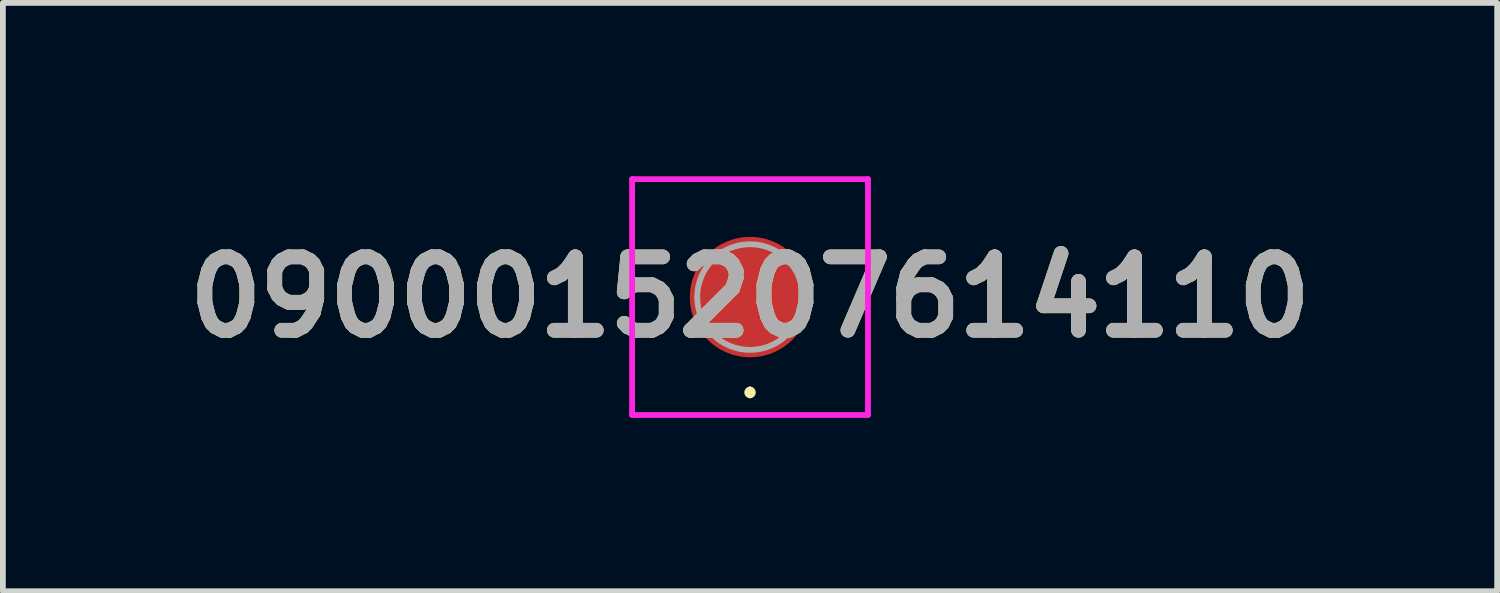
<source format=kicad_pcb>
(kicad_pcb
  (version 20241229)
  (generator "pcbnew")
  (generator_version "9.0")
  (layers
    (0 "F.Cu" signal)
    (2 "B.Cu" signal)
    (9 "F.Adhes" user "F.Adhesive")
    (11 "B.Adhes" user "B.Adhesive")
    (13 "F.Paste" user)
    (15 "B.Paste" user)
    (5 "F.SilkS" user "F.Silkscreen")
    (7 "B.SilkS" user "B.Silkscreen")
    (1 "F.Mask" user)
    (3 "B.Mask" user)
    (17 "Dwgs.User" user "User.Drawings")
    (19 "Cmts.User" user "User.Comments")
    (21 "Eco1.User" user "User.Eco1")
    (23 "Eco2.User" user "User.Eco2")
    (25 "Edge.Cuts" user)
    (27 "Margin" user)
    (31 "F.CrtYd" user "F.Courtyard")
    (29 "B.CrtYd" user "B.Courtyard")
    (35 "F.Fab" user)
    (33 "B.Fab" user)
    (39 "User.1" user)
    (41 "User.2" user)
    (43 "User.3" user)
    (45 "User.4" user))
  (footprint "0900015207614110"
    (layer "F.Cu")
    (at 9.93 2.091)
    (property "Reference" "0900015207614110" (at 0 0 0) (layer "F.SilkS") (effects (font (size 1.27 1.27) (thickness 0.254))))
    (attr smd)
    (fp_line (start 0 1.6) (end 0 1.6) (stroke (width 0.1) (type solid)) (layer "F.SilkS"))
    (fp_line (start 0 1.7) (end 0 1.7) (stroke (width 0.1) (type solid)) (layer "F.SilkS"))
    (fp_arc (start 0 1.6) (mid 0.05 1.65) (end 0 1.7) (stroke (width 0.1) (type solid)) (layer "F.SilkS"))
    (fp_arc (start 0 1.7) (mid -0.05 1.65) (end 0 1.6) (stroke (width 0.1) (type solid)) (layer "F.SilkS"))
    (fp_line (start -2.041 -2.041) (end 2.041 -2.041) (stroke (width 0.1) (type solid)) (layer "F.CrtYd"))
    (fp_line (start -2.041 2.041) (end -2.041 -2.041) (stroke (width 0.1) (type solid)) (layer "F.CrtYd"))
    (fp_line (start 2.041 -2.041) (end 2.041 2.041) (stroke (width 0.1) (type solid)) (layer "F.CrtYd"))
    (fp_line (start 2.041 2.041) (end -2.041 2.041) (stroke (width 0.1) (type solid)) (layer "F.CrtYd"))
    (fp_line (start -0.914 0) (end -0.914 0) (stroke (width 0.1) (type solid)) (layer "F.Fab"))
    (fp_line (start 0.914 0) (end 0.914 0) (stroke (width 0.1) (type solid)) (layer "F.Fab"))
    (fp_arc (start -0.914 0) (mid 0 -0.914) (end 0.914 0) (stroke (width 0.1) (type solid)) (layer "F.Fab"))
    (fp_arc (start 0.914 0) (mid 0 0.914) (end -0.914 0) (stroke (width 0.1) (type solid)) (layer "F.Fab"))
    (fp_text user "${REFERENCE}" (at 0 0 0) (layer "F.Fab") (effects (font (size 1.27 1.27) (thickness 0.254))))
    (pad "1" smd circle (at 0 0 90) (size 2.083 2.083) (layers "F.Cu" "F.Mask" "F.Paste")))
  (gr_rect
    (start -3 -3)
    (end 22.86 7.182)
    (stroke (width 0.1) (type default))
    (fill no)
    (layer "Edge.Cuts")))
</source>
